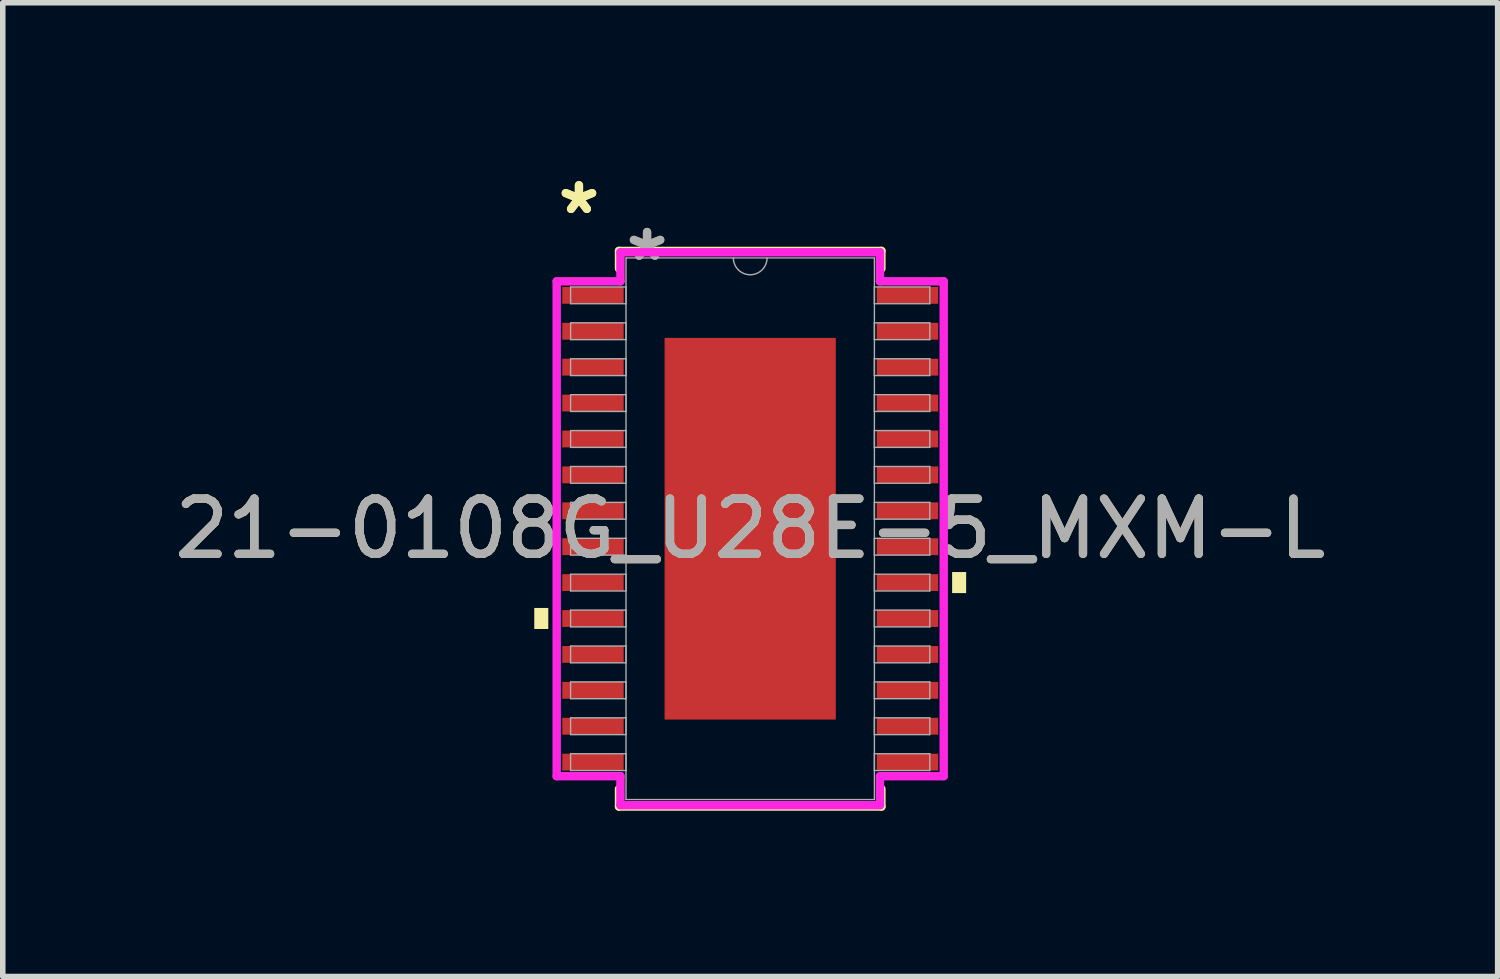
<source format=kicad_pcb>
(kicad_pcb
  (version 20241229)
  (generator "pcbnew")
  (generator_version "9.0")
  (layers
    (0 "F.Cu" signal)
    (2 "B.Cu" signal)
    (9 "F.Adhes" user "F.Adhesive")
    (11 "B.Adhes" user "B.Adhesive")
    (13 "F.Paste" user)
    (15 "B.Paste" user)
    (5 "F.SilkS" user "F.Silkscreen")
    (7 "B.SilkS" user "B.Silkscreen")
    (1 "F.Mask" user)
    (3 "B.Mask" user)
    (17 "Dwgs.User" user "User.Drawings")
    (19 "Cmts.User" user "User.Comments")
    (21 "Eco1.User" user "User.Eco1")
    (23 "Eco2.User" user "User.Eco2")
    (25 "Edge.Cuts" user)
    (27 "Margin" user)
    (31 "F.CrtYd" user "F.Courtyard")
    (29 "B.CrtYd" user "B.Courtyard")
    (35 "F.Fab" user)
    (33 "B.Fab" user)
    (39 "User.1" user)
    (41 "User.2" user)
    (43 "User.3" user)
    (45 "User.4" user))
  (footprint "21-0108G_U28E-5_MXM-L"
    (layer "F.Cu")
    (at 10.53 6.521)
    (property "Reference" "21-0108G_U28E-5_MXM-L" (at 0 0 0) (unlocked yes) (layer "F.SilkS") (effects (font (size 1 1) (thickness 0.15))))
    (attr smd)
    (fp_line (start -2.375 -5.029) (end -2.375 -4.71) (stroke (width 0.152) (type solid)) (layer "F.SilkS"))
    (fp_line (start -2.375 4.71) (end -2.375 5.029) (stroke (width 0.152) (type solid)) (layer "F.SilkS"))
    (fp_line (start -2.375 5.029) (end 2.375 5.029) (stroke (width 0.152) (type solid)) (layer "F.SilkS"))
    (fp_line (start 2.375 -5.029) (end -2.375 -5.029) (stroke (width 0.152) (type solid)) (layer "F.SilkS"))
    (fp_line (start 2.375 -4.71) (end 2.375 -5.029) (stroke (width 0.152) (type solid)) (layer "F.SilkS"))
    (fp_line (start 2.375 5.029) (end 2.375 4.71) (stroke (width 0.152) (type solid)) (layer "F.SilkS"))
    (fp_poly (pts (xy -3.909 1.434) (xy -3.909 1.815) (xy -3.655 1.815) (xy -3.655 1.434)) (stroke (width 0) (type solid)) (fill yes) (layer "F.SilkS"))
    (fp_poly (pts (xy 3.909 0.784) (xy 3.909 1.165) (xy 3.655 1.165) (xy 3.655 0.784)) (stroke (width 0) (type solid)) (fill yes) (layer "F.SilkS"))
    (fp_poly (pts (xy -1.449 -3.354) (xy -1.449 -2.173) (xy -0.1 -2.173) (xy -0.1 -3.354)) (stroke (width 0) (type solid)) (fill yes) (layer "F.Paste"))
    (fp_poly (pts (xy -1.449 -1.973) (xy -1.449 -0.791) (xy -0.1 -0.791) (xy -0.1 -1.973)) (stroke (width 0) (type solid)) (fill yes) (layer "F.Paste"))
    (fp_poly (pts (xy -1.449 -0.591) (xy -1.449 0.591) (xy -0.1 0.591) (xy -0.1 -0.591)) (stroke (width 0) (type solid)) (fill yes) (layer "F.Paste"))
    (fp_poly (pts (xy -1.449 0.791) (xy -1.449 1.973) (xy -0.1 1.973) (xy -0.1 0.791)) (stroke (width 0) (type solid)) (fill yes) (layer "F.Paste"))
    (fp_poly (pts (xy -1.449 2.173) (xy -1.449 3.354) (xy -0.1 3.354) (xy -0.1 2.173)) (stroke (width 0) (type solid)) (fill yes) (layer "F.Paste"))
    (fp_poly (pts (xy 0.1 -3.354) (xy 0.1 -2.173) (xy 1.449 -2.173) (xy 1.449 -3.354)) (stroke (width 0) (type solid)) (fill yes) (layer "F.Paste"))
    (fp_poly (pts (xy 0.1 -1.973) (xy 0.1 -0.791) (xy 1.449 -0.791) (xy 1.449 -1.973)) (stroke (width 0) (type solid)) (fill yes) (layer "F.Paste"))
    (fp_poly (pts (xy 0.1 -0.591) (xy 0.1 0.591) (xy 1.449 0.591) (xy 1.449 -0.591)) (stroke (width 0) (type solid)) (fill yes) (layer "F.Paste"))
    (fp_poly (pts (xy 0.1 0.791) (xy 0.1 1.973) (xy 1.449 1.973) (xy 1.449 0.791)) (stroke (width 0) (type solid)) (fill yes) (layer "F.Paste"))
    (fp_poly (pts (xy 0.1 2.173) (xy 0.1 3.354) (xy 1.449 3.354) (xy 1.449 2.173)) (stroke (width 0) (type solid)) (fill yes) (layer "F.Paste"))
    (fp_line (start -3.503 -4.479) (end -2.349 -4.479) (stroke (width 0.152) (type solid)) (layer "F.CrtYd"))
    (fp_line (start -3.503 4.479) (end -3.503 -4.479) (stroke (width 0.152) (type solid)) (layer "F.CrtYd"))
    (fp_line (start -3.503 4.479) (end -2.349 4.479) (stroke (width 0.152) (type solid)) (layer "F.CrtYd"))
    (fp_line (start -2.349 -5.004) (end 2.349 -5.004) (stroke (width 0.152) (type solid)) (layer "F.CrtYd"))
    (fp_line (start -2.349 -4.479) (end -2.349 -5.004) (stroke (width 0.152) (type solid)) (layer "F.CrtYd"))
    (fp_line (start -2.349 5.004) (end -2.349 4.479) (stroke (width 0.152) (type solid)) (layer "F.CrtYd"))
    (fp_line (start 2.349 -5.004) (end 2.349 -4.479) (stroke (width 0.152) (type solid)) (layer "F.CrtYd"))
    (fp_line (start 2.349 4.479) (end 2.349 5.004) (stroke (width 0.152) (type solid)) (layer "F.CrtYd"))
    (fp_line (start 2.349 5.004) (end -2.349 5.004) (stroke (width 0.152) (type solid)) (layer "F.CrtYd"))
    (fp_line (start 3.503 -4.479) (end 2.349 -4.479) (stroke (width 0.152) (type solid)) (layer "F.CrtYd"))
    (fp_line (start 3.503 -4.479) (end 3.503 4.479) (stroke (width 0.152) (type solid)) (layer "F.CrtYd"))
    (fp_line (start 3.503 4.479) (end 2.349 4.479) (stroke (width 0.152) (type solid)) (layer "F.CrtYd"))
    (fp_line (start -3.251 -4.377) (end -3.251 -4.073) (stroke (width 0.025) (type solid)) (layer "F.Fab"))
    (fp_line (start -3.251 -4.073) (end -2.248 -4.073) (stroke (width 0.025) (type solid)) (layer "F.Fab"))
    (fp_line (start -3.251 -3.727) (end -3.251 -3.423) (stroke (width 0.025) (type solid)) (layer "F.Fab"))
    (fp_line (start -3.251 -3.423) (end -2.248 -3.423) (stroke (width 0.025) (type solid)) (layer "F.Fab"))
    (fp_line (start -3.251 -3.077) (end -3.251 -2.773) (stroke (width 0.025) (type solid)) (layer "F.Fab"))
    (fp_line (start -3.251 -2.773) (end -2.248 -2.773) (stroke (width 0.025) (type solid)) (layer "F.Fab"))
    (fp_line (start -3.251 -2.427) (end -3.251 -2.123) (stroke (width 0.025) (type solid)) (layer "F.Fab"))
    (fp_line (start -3.251 -2.123) (end -2.248 -2.123) (stroke (width 0.025) (type solid)) (layer "F.Fab"))
    (fp_line (start -3.251 -1.777) (end -3.251 -1.473) (stroke (width 0.025) (type solid)) (layer "F.Fab"))
    (fp_line (start -3.251 -1.473) (end -2.248 -1.473) (stroke (width 0.025) (type solid)) (layer "F.Fab"))
    (fp_line (start -3.251 -1.127) (end -3.251 -0.823) (stroke (width 0.025) (type solid)) (layer "F.Fab"))
    (fp_line (start -3.251 -0.823) (end -2.248 -0.823) (stroke (width 0.025) (type solid)) (layer "F.Fab"))
    (fp_line (start -3.251 -0.477) (end -3.251 -0.173) (stroke (width 0.025) (type solid)) (layer "F.Fab"))
    (fp_line (start -3.251 -0.173) (end -2.248 -0.173) (stroke (width 0.025) (type solid)) (layer "F.Fab"))
    (fp_line (start -3.251 0.173) (end -3.251 0.477) (stroke (width 0.025) (type solid)) (layer "F.Fab"))
    (fp_line (start -3.251 0.477) (end -2.248 0.477) (stroke (width 0.025) (type solid)) (layer "F.Fab"))
    (fp_line (start -3.251 0.823) (end -3.251 1.127) (stroke (width 0.025) (type solid)) (layer "F.Fab"))
    (fp_line (start -3.251 1.127) (end -2.248 1.127) (stroke (width 0.025) (type solid)) (layer "F.Fab"))
    (fp_line (start -3.251 1.473) (end -3.251 1.777) (stroke (width 0.025) (type solid)) (layer "F.Fab"))
    (fp_line (start -3.251 1.777) (end -2.248 1.777) (stroke (width 0.025) (type solid)) (layer "F.Fab"))
    (fp_line (start -3.251 2.123) (end -3.251 2.427) (stroke (width 0.025) (type solid)) (layer "F.Fab"))
    (fp_line (start -3.251 2.427) (end -2.248 2.427) (stroke (width 0.025) (type solid)) (layer "F.Fab"))
    (fp_line (start -3.251 2.773) (end -3.251 3.077) (stroke (width 0.025) (type solid)) (layer "F.Fab"))
    (fp_line (start -3.251 3.077) (end -2.248 3.077) (stroke (width 0.025) (type solid)) (layer "F.Fab"))
    (fp_line (start -3.251 3.423) (end -3.251 3.727) (stroke (width 0.025) (type solid)) (layer "F.Fab"))
    (fp_line (start -3.251 3.727) (end -2.248 3.727) (stroke (width 0.025) (type solid)) (layer "F.Fab"))
    (fp_line (start -3.251 4.073) (end -3.251 4.377) (stroke (width 0.025) (type solid)) (layer "F.Fab"))
    (fp_line (start -3.251 4.377) (end -2.248 4.377) (stroke (width 0.025) (type solid)) (layer "F.Fab"))
    (fp_line (start -2.248 -4.902) (end -2.248 4.902) (stroke (width 0.025) (type solid)) (layer "F.Fab"))
    (fp_line (start -2.248 -4.377) (end -3.251 -4.377) (stroke (width 0.025) (type solid)) (layer "F.Fab"))
    (fp_line (start -2.248 -4.073) (end -2.248 -4.377) (stroke (width 0.025) (type solid)) (layer "F.Fab"))
    (fp_line (start -2.248 -3.727) (end -3.251 -3.727) (stroke (width 0.025) (type solid)) (layer "F.Fab"))
    (fp_line (start -2.248 -3.423) (end -2.248 -3.727) (stroke (width 0.025) (type solid)) (layer "F.Fab"))
    (fp_line (start -2.248 -3.077) (end -3.251 -3.077) (stroke (width 0.025) (type solid)) (layer "F.Fab"))
    (fp_line (start -2.248 -2.773) (end -2.248 -3.077) (stroke (width 0.025) (type solid)) (layer "F.Fab"))
    (fp_line (start -2.248 -2.427) (end -3.251 -2.427) (stroke (width 0.025) (type solid)) (layer "F.Fab"))
    (fp_line (start -2.248 -2.123) (end -2.248 -2.427) (stroke (width 0.025) (type solid)) (layer "F.Fab"))
    (fp_line (start -2.248 -1.777) (end -3.251 -1.777) (stroke (width 0.025) (type solid)) (layer "F.Fab"))
    (fp_line (start -2.248 -1.473) (end -2.248 -1.777) (stroke (width 0.025) (type solid)) (layer "F.Fab"))
    (fp_line (start -2.248 -1.127) (end -3.251 -1.127) (stroke (width 0.025) (type solid)) (layer "F.Fab"))
    (fp_line (start -2.248 -0.823) (end -2.248 -1.127) (stroke (width 0.025) (type solid)) (layer "F.Fab"))
    (fp_line (start -2.248 -0.477) (end -3.251 -0.477) (stroke (width 0.025) (type solid)) (layer "F.Fab"))
    (fp_line (start -2.248 -0.173) (end -2.248 -0.477) (stroke (width 0.025) (type solid)) (layer "F.Fab"))
    (fp_line (start -2.248 0.173) (end -3.251 0.173) (stroke (width 0.025) (type solid)) (layer "F.Fab"))
    (fp_line (start -2.248 0.477) (end -2.248 0.173) (stroke (width 0.025) (type solid)) (layer "F.Fab"))
    (fp_line (start -2.248 0.823) (end -3.251 0.823) (stroke (width 0.025) (type solid)) (layer "F.Fab"))
    (fp_line (start -2.248 1.127) (end -2.248 0.823) (stroke (width 0.025) (type solid)) (layer "F.Fab"))
    (fp_line (start -2.248 1.473) (end -3.251 1.473) (stroke (width 0.025) (type solid)) (layer "F.Fab"))
    (fp_line (start -2.248 1.777) (end -2.248 1.473) (stroke (width 0.025) (type solid)) (layer "F.Fab"))
    (fp_line (start -2.248 2.123) (end -3.251 2.123) (stroke (width 0.025) (type solid)) (layer "F.Fab"))
    (fp_line (start -2.248 2.427) (end -2.248 2.123) (stroke (width 0.025) (type solid)) (layer "F.Fab"))
    (fp_line (start -2.248 2.773) (end -3.251 2.773) (stroke (width 0.025) (type solid)) (layer "F.Fab"))
    (fp_line (start -2.248 3.077) (end -2.248 2.773) (stroke (width 0.025) (type solid)) (layer "F.Fab"))
    (fp_line (start -2.248 3.423) (end -3.251 3.423) (stroke (width 0.025) (type solid)) (layer "F.Fab"))
    (fp_line (start -2.248 3.727) (end -2.248 3.423) (stroke (width 0.025) (type solid)) (layer "F.Fab"))
    (fp_line (start -2.248 4.073) (end -3.251 4.073) (stroke (width 0.025) (type solid)) (layer "F.Fab"))
    (fp_line (start -2.248 4.377) (end -2.248 4.073) (stroke (width 0.025) (type solid)) (layer "F.Fab"))
    (fp_line (start -2.248 4.902) (end 2.248 4.902) (stroke (width 0.025) (type solid)) (layer "F.Fab"))
    (fp_line (start 2.248 -4.902) (end -2.248 -4.902) (stroke (width 0.025) (type solid)) (layer "F.Fab"))
    (fp_line (start 2.248 -4.377) (end 2.248 -4.073) (stroke (width 0.025) (type solid)) (layer "F.Fab"))
    (fp_line (start 2.248 -4.073) (end 3.251 -4.073) (stroke (width 0.025) (type solid)) (layer "F.Fab"))
    (fp_line (start 2.248 -3.727) (end 2.248 -3.423) (stroke (width 0.025) (type solid)) (layer "F.Fab"))
    (fp_line (start 2.248 -3.423) (end 3.251 -3.423) (stroke (width 0.025) (type solid)) (layer "F.Fab"))
    (fp_line (start 2.248 -3.077) (end 2.248 -2.773) (stroke (width 0.025) (type solid)) (layer "F.Fab"))
    (fp_line (start 2.248 -2.773) (end 3.251 -2.773) (stroke (width 0.025) (type solid)) (layer "F.Fab"))
    (fp_line (start 2.248 -2.427) (end 2.248 -2.123) (stroke (width 0.025) (type solid)) (layer "F.Fab"))
    (fp_line (start 2.248 -2.123) (end 3.251 -2.123) (stroke (width 0.025) (type solid)) (layer "F.Fab"))
    (fp_line (start 2.248 -1.777) (end 2.248 -1.473) (stroke (width 0.025) (type solid)) (layer "F.Fab"))
    (fp_line (start 2.248 -1.473) (end 3.251 -1.473) (stroke (width 0.025) (type solid)) (layer "F.Fab"))
    (fp_line (start 2.248 -1.127) (end 2.248 -0.823) (stroke (width 0.025) (type solid)) (layer "F.Fab"))
    (fp_line (start 2.248 -0.823) (end 3.251 -0.823) (stroke (width 0.025) (type solid)) (layer "F.Fab"))
    (fp_line (start 2.248 -0.477) (end 2.248 -0.173) (stroke (width 0.025) (type solid)) (layer "F.Fab"))
    (fp_line (start 2.248 -0.173) (end 3.251 -0.173) (stroke (width 0.025) (type solid)) (layer "F.Fab"))
    (fp_line (start 2.248 0.173) (end 2.248 0.477) (stroke (width 0.025) (type solid)) (layer "F.Fab"))
    (fp_line (start 2.248 0.477) (end 3.251 0.477) (stroke (width 0.025) (type solid)) (layer "F.Fab"))
    (fp_line (start 2.248 0.823) (end 2.248 1.127) (stroke (width 0.025) (type solid)) (layer "F.Fab"))
    (fp_line (start 2.248 1.127) (end 3.251 1.127) (stroke (width 0.025) (type solid)) (layer "F.Fab"))
    (fp_line (start 2.248 1.473) (end 2.248 1.777) (stroke (width 0.025) (type solid)) (layer "F.Fab"))
    (fp_line (start 2.248 1.777) (end 3.251 1.777) (stroke (width 0.025) (type solid)) (layer "F.Fab"))
    (fp_line (start 2.248 2.123) (end 2.248 2.427) (stroke (width 0.025) (type solid)) (layer "F.Fab"))
    (fp_line (start 2.248 2.427) (end 3.251 2.427) (stroke (width 0.025) (type solid)) (layer "F.Fab"))
    (fp_line (start 2.248 2.773) (end 2.248 3.077) (stroke (width 0.025) (type solid)) (layer "F.Fab"))
    (fp_line (start 2.248 3.077) (end 3.251 3.077) (stroke (width 0.025) (type solid)) (layer "F.Fab"))
    (fp_line (start 2.248 3.423) (end 2.248 3.727) (stroke (width 0.025) (type solid)) (layer "F.Fab"))
    (fp_line (start 2.248 3.727) (end 3.251 3.727) (stroke (width 0.025) (type solid)) (layer "F.Fab"))
    (fp_line (start 2.248 4.073) (end 2.248 4.377) (stroke (width 0.025) (type solid)) (layer "F.Fab"))
    (fp_line (start 2.248 4.377) (end 3.251 4.377) (stroke (width 0.025) (type solid)) (layer "F.Fab"))
    (fp_line (start 2.248 4.902) (end 2.248 -4.902) (stroke (width 0.025) (type solid)) (layer "F.Fab"))
    (fp_line (start 3.251 -4.377) (end 2.248 -4.377) (stroke (width 0.025) (type solid)) (layer "F.Fab"))
    (fp_line (start 3.251 -4.073) (end 3.251 -4.377) (stroke (width 0.025) (type solid)) (layer "F.Fab"))
    (fp_line (start 3.251 -3.727) (end 2.248 -3.727) (stroke (width 0.025) (type solid)) (layer "F.Fab"))
    (fp_line (start 3.251 -3.423) (end 3.251 -3.727) (stroke (width 0.025) (type solid)) (layer "F.Fab"))
    (fp_line (start 3.251 -3.077) (end 2.248 -3.077) (stroke (width 0.025) (type solid)) (layer "F.Fab"))
    (fp_line (start 3.251 -2.773) (end 3.251 -3.077) (stroke (width 0.025) (type solid)) (layer "F.Fab"))
    (fp_line (start 3.251 -2.427) (end 2.248 -2.427) (stroke (width 0.025) (type solid)) (layer "F.Fab"))
    (fp_line (start 3.251 -2.123) (end 3.251 -2.427) (stroke (width 0.025) (type solid)) (layer "F.Fab"))
    (fp_line (start 3.251 -1.777) (end 2.248 -1.777) (stroke (width 0.025) (type solid)) (layer "F.Fab"))
    (fp_line (start 3.251 -1.473) (end 3.251 -1.777) (stroke (width 0.025) (type solid)) (layer "F.Fab"))
    (fp_line (start 3.251 -1.127) (end 2.248 -1.127) (stroke (width 0.025) (type solid)) (layer "F.Fab"))
    (fp_line (start 3.251 -0.823) (end 3.251 -1.127) (stroke (width 0.025) (type solid)) (layer "F.Fab"))
    (fp_line (start 3.251 -0.477) (end 2.248 -0.477) (stroke (width 0.025) (type solid)) (layer "F.Fab"))
    (fp_line (start 3.251 -0.173) (end 3.251 -0.477) (stroke (width 0.025) (type solid)) (layer "F.Fab"))
    (fp_line (start 3.251 0.173) (end 2.248 0.173) (stroke (width 0.025) (type solid)) (layer "F.Fab"))
    (fp_line (start 3.251 0.477) (end 3.251 0.173) (stroke (width 0.025) (type solid)) (layer "F.Fab"))
    (fp_line (start 3.251 0.823) (end 2.248 0.823) (stroke (width 0.025) (type solid)) (layer "F.Fab"))
    (fp_line (start 3.251 1.127) (end 3.251 0.823) (stroke (width 0.025) (type solid)) (layer "F.Fab"))
    (fp_line (start 3.251 1.473) (end 2.248 1.473) (stroke (width 0.025) (type solid)) (layer "F.Fab"))
    (fp_line (start 3.251 1.777) (end 3.251 1.473) (stroke (width 0.025) (type solid)) (layer "F.Fab"))
    (fp_line (start 3.251 2.123) (end 2.248 2.123) (stroke (width 0.025) (type solid)) (layer "F.Fab"))
    (fp_line (start 3.251 2.427) (end 3.251 2.123) (stroke (width 0.025) (type solid)) (layer "F.Fab"))
    (fp_line (start 3.251 2.773) (end 2.248 2.773) (stroke (width 0.025) (type solid)) (layer "F.Fab"))
    (fp_line (start 3.251 3.077) (end 3.251 2.773) (stroke (width 0.025) (type solid)) (layer "F.Fab"))
    (fp_line (start 3.251 3.423) (end 2.248 3.423) (stroke (width 0.025) (type solid)) (layer "F.Fab"))
    (fp_line (start 3.251 3.727) (end 3.251 3.423) (stroke (width 0.025) (type solid)) (layer "F.Fab"))
    (fp_line (start 3.251 4.073) (end 2.248 4.073) (stroke (width 0.025) (type solid)) (layer "F.Fab"))
    (fp_line (start 3.251 4.377) (end 3.251 4.073) (stroke (width 0.025) (type solid)) (layer "F.Fab"))
    (fp_arc (start 0.3048 -4.9022) (mid 0 -4.5974) (end -0.3048 -4.9022) (stroke (width 0.0254) (type solid)) (layer "F.Fab"))
    (fp_text user "*" (at -3.1 -5.673 0) (layer "F.SilkS") (effects (font (size 1 1) (thickness 0.15))))
    (fp_text user "*" (at -3.1 -5.673 0) (unlocked yes) (layer "F.SilkS") (effects (font (size 1 1) (thickness 0.15))))
    (fp_text user "*" (at -1.867 -4.826 0) (unlocked yes) (layer "F.Fab") (effects (font (size 1 1) (thickness 0.15))))
    (fp_text user "${REFERENCE}" (at 0 0 0) (unlocked yes) (layer "F.Fab") (effects (font (size 1 1) (thickness 0.15))))
    (fp_text user "*" (at -1.867 -4.826 0) (layer "F.Fab") (effects (font (size 1 1) (thickness 0.15))))
    (pad "1" smd rect (at -2.846 -4.225) (size 1.111 0.305) (layers "F.Cu" "F.Mask" "F.Paste"))
    (pad "2" smd rect (at -2.846 -3.575) (size 1.111 0.305) (layers "F.Cu" "F.Mask" "F.Paste"))
    (pad "3" smd rect (at -2.846 -2.925) (size 1.111 0.305) (layers "F.Cu" "F.Mask" "F.Paste"))
    (pad "4" smd rect (at -2.846 -2.275) (size 1.111 0.305) (layers "F.Cu" "F.Mask" "F.Paste"))
    (pad "5" smd rect (at -2.846 -1.625) (size 1.111 0.305) (layers "F.Cu" "F.Mask" "F.Paste"))
    (pad "6" smd rect (at -2.846 -0.975) (size 1.111 0.305) (layers "F.Cu" "F.Mask" "F.Paste"))
    (pad "7" smd rect (at -2.846 -0.325) (size 1.111 0.305) (layers "F.Cu" "F.Mask" "F.Paste"))
    (pad "8" smd rect (at -2.846 0.325) (size 1.111 0.305) (layers "F.Cu" "F.Mask" "F.Paste"))
    (pad "9" smd rect (at -2.846 0.975) (size 1.111 0.305) (layers "F.Cu" "F.Mask" "F.Paste"))
    (pad "10" smd rect (at -2.846 1.625) (size 1.111 0.305) (layers "F.Cu" "F.Mask" "F.Paste"))
    (pad "11" smd rect (at -2.846 2.275) (size 1.111 0.305) (layers "F.Cu" "F.Mask" "F.Paste"))
    (pad "12" smd rect (at -2.846 2.925) (size 1.111 0.305) (layers "F.Cu" "F.Mask" "F.Paste"))
    (pad "13" smd rect (at -2.846 3.575) (size 1.111 0.305) (layers "F.Cu" "F.Mask" "F.Paste"))
    (pad "14" smd rect (at -2.846 4.225) (size 1.111 0.305) (layers "F.Cu" "F.Mask" "F.Paste"))
    (pad "15" smd rect (at 2.846 4.225) (size 1.111 0.305) (layers "F.Cu" "F.Mask" "F.Paste"))
    (pad "16" smd rect (at 2.846 3.575) (size 1.111 0.305) (layers "F.Cu" "F.Mask" "F.Paste"))
    (pad "17" smd rect (at 2.846 2.925) (size 1.111 0.305) (layers "F.Cu" "F.Mask" "F.Paste"))
    (pad "18" smd rect (at 2.846 2.275) (size 1.111 0.305) (layers "F.Cu" "F.Mask" "F.Paste"))
    (pad "19" smd rect (at 2.846 1.625) (size 1.111 0.305) (layers "F.Cu" "F.Mask" "F.Paste"))
    (pad "20" smd rect (at 2.846 0.975) (size 1.111 0.305) (layers "F.Cu" "F.Mask" "F.Paste"))
    (pad "21" smd rect (at 2.846 0.325) (size 1.111 0.305) (layers "F.Cu" "F.Mask" "F.Paste"))
    (pad "22" smd rect (at 2.846 -0.325) (size 1.111 0.305) (layers "F.Cu" "F.Mask" "F.Paste"))
    (pad "23" smd rect (at 2.846 -0.975) (size 1.111 0.305) (layers "F.Cu" "F.Mask" "F.Paste"))
    (pad "24" smd rect (at 2.846 -1.625) (size 1.111 0.305) (layers "F.Cu" "F.Mask" "F.Paste"))
    (pad "25" smd rect (at 2.846 -2.275) (size 1.111 0.305) (layers "F.Cu" "F.Mask" "F.Paste"))
    (pad "26" smd rect (at 2.846 -2.925) (size 1.111 0.305) (layers "F.Cu" "F.Mask" "F.Paste"))
    (pad "27" smd rect (at 2.846 -3.575) (size 1.111 0.305) (layers "F.Cu" "F.Mask" "F.Paste"))
    (pad "28" smd rect (at 2.846 -4.225) (size 1.111 0.305) (layers "F.Cu" "F.Mask" "F.Paste"))
    (pad "EPAD" smd rect (at 0 0) (size 3.099 6.909) (layers "F.Cu" "F.Mask")))
  (gr_rect
    (start -3 -3)
    (end 24.06 14.626)
    (stroke (width 0.1) (type default))
    (fill no)
    (layer "Edge.Cuts")))
</source>
